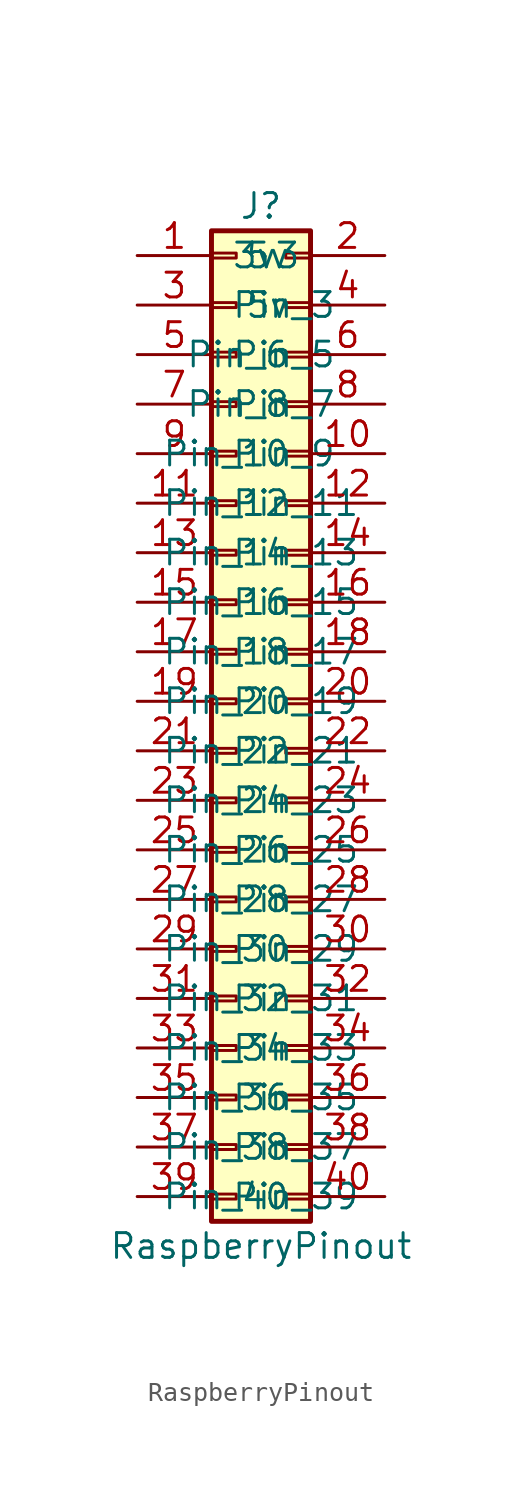
<source format=kicad_sym>
(kicad_symbol_lib
  (version 20211014)
  (generator kicad_symbol_editor)
  (symbol "RaspberryPinout"
    (pin_names
      (offset 1.016))
    (property "Reference" "J"
      (at 1.27 25.4 0)
      (effects (font (size 1.27 1.27))))
    (property "Value" "RaspberryPinout"
      (at 1.27 -27.94 0)
      (effects (font (size 1.27 1.27))))
    (symbol "RaspberryPinout_1_1"
      (rectangle (start -1.27 -25.273) (end 0 -25.527) (stroke (width 0.152) (type default) (color 0 0 0 0)) (fill (type none)))
      (rectangle (start -1.27 -22.733) (end 0 -22.987) (stroke (width 0.152) (type default) (color 0 0 0 0)) (fill (type none)))
      (rectangle (start -1.27 -20.193) (end 0 -20.447) (stroke (width 0.152) (type default) (color 0 0 0 0)) (fill (type none)))
      (rectangle (start -1.27 -17.653) (end 0 -17.907) (stroke (width 0.152) (type default) (color 0 0 0 0)) (fill (type none)))
      (rectangle (start -1.27 -15.113) (end 0 -15.367) (stroke (width 0.152) (type default) (color 0 0 0 0)) (fill (type none)))
      (rectangle (start -1.27 -12.573) (end 0 -12.827) (stroke (width 0.152) (type default) (color 0 0 0 0)) (fill (type none)))
      (rectangle (start -1.27 -10.033) (end 0 -10.287) (stroke (width 0.152) (type default) (color 0 0 0 0)) (fill (type none)))
      (rectangle (start -1.27 -7.493) (end 0 -7.747) (stroke (width 0.152) (type default) (color 0 0 0 0)) (fill (type none)))
      (rectangle (start -1.27 -4.953) (end 0 -5.207) (stroke (width 0.152) (type default) (color 0 0 0 0)) (fill (type none)))
      (rectangle (start -1.27 -2.413) (end 0 -2.667) (stroke (width 0.152) (type default) (color 0 0 0 0)) (fill (type none)))
      (rectangle (start -1.27 0.127) (end 0 -0.127) (stroke (width 0.152) (type default) (color 0 0 0 0)) (fill (type none)))
      (rectangle (start -1.27 2.667) (end 0 2.413) (stroke (width 0.152) (type default) (color 0 0 0 0)) (fill (type none)))
      (rectangle (start -1.27 5.207) (end 0 4.953) (stroke (width 0.152) (type default) (color 0 0 0 0)) (fill (type none)))
      (rectangle (start -1.27 7.747) (end 0 7.493) (stroke (width 0.152) (type default) (color 0 0 0 0)) (fill (type none)))
      (rectangle (start -1.27 10.287) (end 0 10.033) (stroke (width 0.152) (type default) (color 0 0 0 0)) (fill (type none)))
      (rectangle (start -1.27 12.827) (end 0 12.573) (stroke (width 0.152) (type default) (color 0 0 0 0)) (fill (type none)))
      (rectangle (start -1.27 15.367) (end 0 15.113) (stroke (width 0.152) (type default) (color 0 0 0 0)) (fill (type none)))
      (rectangle (start -1.27 17.907) (end 0 17.653) (stroke (width 0.152) (type default) (color 0 0 0 0)) (fill (type none)))
      (rectangle (start -1.27 20.447) (end 0 20.193) (stroke (width 0.152) (type default) (color 0 0 0 0)) (fill (type none)))
      (rectangle (start -1.27 22.987) (end 0 22.733) (stroke (width 0.152) (type default) (color 0 0 0 0)) (fill (type none)))
      (rectangle (start -1.27 24.13) (end 3.81 -26.67) (stroke (width 0.254) (type default) (color 0 0 0 0)) (fill (type background)))
      (rectangle (start 3.81 -25.273) (end 2.54 -25.527) (stroke (width 0.152) (type default) (color 0 0 0 0)) (fill (type none)))
      (rectangle (start 3.81 -22.733) (end 2.54 -22.987) (stroke (width 0.152) (type default) (color 0 0 0 0)) (fill (type none)))
      (rectangle (start 3.81 -20.193) (end 2.54 -20.447) (stroke (width 0.152) (type default) (color 0 0 0 0)) (fill (type none)))
      (rectangle (start 3.81 -17.653) (end 2.54 -17.907) (stroke (width 0.152) (type default) (color 0 0 0 0)) (fill (type none)))
      (rectangle (start 3.81 -15.113) (end 2.54 -15.367) (stroke (width 0.152) (type default) (color 0 0 0 0)) (fill (type none)))
      (rectangle (start 3.81 -12.573) (end 2.54 -12.827) (stroke (width 0.152) (type default) (color 0 0 0 0)) (fill (type none)))
      (rectangle (start 3.81 -10.033) (end 2.54 -10.287) (stroke (width 0.152) (type default) (color 0 0 0 0)) (fill (type none)))
      (rectangle (start 3.81 -7.493) (end 2.54 -7.747) (stroke (width 0.152) (type default) (color 0 0 0 0)) (fill (type none)))
      (rectangle (start 3.81 -4.953) (end 2.54 -5.207) (stroke (width 0.152) (type default) (color 0 0 0 0)) (fill (type none)))
      (rectangle (start 3.81 -2.413) (end 2.54 -2.667) (stroke (width 0.152) (type default) (color 0 0 0 0)) (fill (type none)))
      (rectangle (start 3.81 0.127) (end 2.54 -0.127) (stroke (width 0.152) (type default) (color 0 0 0 0)) (fill (type none)))
      (rectangle (start 3.81 2.667) (end 2.54 2.413) (stroke (width 0.152) (type default) (color 0 0 0 0)) (fill (type none)))
      (rectangle (start 3.81 5.207) (end 2.54 4.953) (stroke (width 0.152) (type default) (color 0 0 0 0)) (fill (type none)))
      (rectangle (start 3.81 7.747) (end 2.54 7.493) (stroke (width 0.152) (type default) (color 0 0 0 0)) (fill (type none)))
      (rectangle (start 3.81 10.287) (end 2.54 10.033) (stroke (width 0.152) (type default) (color 0 0 0 0)) (fill (type none)))
      (rectangle (start 3.81 12.827) (end 2.54 12.573) (stroke (width 0.152) (type default) (color 0 0 0 0)) (fill (type none)))
      (rectangle (start 3.81 15.367) (end 2.54 15.113) (stroke (width 0.152) (type default) (color 0 0 0 0)) (fill (type none)))
      (rectangle (start 3.81 17.907) (end 2.54 17.653) (stroke (width 0.152) (type default) (color 0 0 0 0)) (fill (type none)))
      (rectangle (start 3.81 20.447) (end 2.54 20.193) (stroke (width 0.152) (type default) (color 0 0 0 0)) (fill (type none)))
      (rectangle (start 3.81 22.987) (end 2.54 22.733) (stroke (width 0.152) (type default) (color 0 0 0 0)) (fill (type none)))
      (pin passive line (at -5.08 22.86 0) (length 3.81) (name "3v3" (effects (font (size 1.27 1.27)))) (number "1" (effects (font (size 1.27 1.27)))))
      (pin passive line (at 7.62 12.7 180) (length 3.81) (name "Pin_10" (effects (font (size 1.27 1.27)))) (number "10" (effects (font (size 1.27 1.27)))))
      (pin passive line (at -5.08 10.16 0) (length 3.81) (name "Pin_11" (effects (font (size 1.27 1.27)))) (number "11" (effects (font (size 1.27 1.27)))))
      (pin passive line (at 7.62 10.16 180) (length 3.81) (name "Pin_12" (effects (font (size 1.27 1.27)))) (number "12" (effects (font (size 1.27 1.27)))))
      (pin passive line (at -5.08 7.62 0) (length 3.81) (name "Pin_13" (effects (font (size 1.27 1.27)))) (number "13" (effects (font (size 1.27 1.27)))))
      (pin passive line (at 7.62 7.62 180) (length 3.81) (name "Pin_14" (effects (font (size 1.27 1.27)))) (number "14" (effects (font (size 1.27 1.27)))))
      (pin passive line (at -5.08 5.08 0) (length 3.81) (name "Pin_15" (effects (font (size 1.27 1.27)))) (number "15" (effects (font (size 1.27 1.27)))))
      (pin passive line (at 7.62 5.08 180) (length 3.81) (name "Pin_16" (effects (font (size 1.27 1.27)))) (number "16" (effects (font (size 1.27 1.27)))))
      (pin passive line (at -5.08 2.54 0) (length 3.81) (name "Pin_17" (effects (font (size 1.27 1.27)))) (number "17" (effects (font (size 1.27 1.27)))))
      (pin passive line (at 7.62 2.54 180) (length 3.81) (name "Pin_18" (effects (font (size 1.27 1.27)))) (number "18" (effects (font (size 1.27 1.27)))))
      (pin passive line (at -5.08 0 0) (length 3.81) (name "Pin_19" (effects (font (size 1.27 1.27)))) (number "19" (effects (font (size 1.27 1.27)))))
      (pin passive line (at 7.62 22.86 180) (length 3.81) (name "5v" (effects (font (size 1.27 1.27)))) (number "2" (effects (font (size 1.27 1.27)))))
      (pin passive line (at 7.62 0 180) (length 3.81) (name "Pin_20" (effects (font (size 1.27 1.27)))) (number "20" (effects (font (size 1.27 1.27)))))
      (pin passive line (at -5.08 -2.54 0) (length 3.81) (name "Pin_21" (effects (font (size 1.27 1.27)))) (number "21" (effects (font (size 1.27 1.27)))))
      (pin passive line (at 7.62 -2.54 180) (length 3.81) (name "Pin_22" (effects (font (size 1.27 1.27)))) (number "22" (effects (font (size 1.27 1.27)))))
      (pin passive line (at -5.08 -5.08 0) (length 3.81) (name "Pin_23" (effects (font (size 1.27 1.27)))) (number "23" (effects (font (size 1.27 1.27)))))
      (pin passive line (at 7.62 -5.08 180) (length 3.81) (name "Pin_24" (effects (font (size 1.27 1.27)))) (number "24" (effects (font (size 1.27 1.27)))))
      (pin passive line (at -5.08 -7.62 0) (length 3.81) (name "Pin_25" (effects (font (size 1.27 1.27)))) (number "25" (effects (font (size 1.27 1.27)))))
      (pin passive line (at 7.62 -7.62 180) (length 3.81) (name "Pin_26" (effects (font (size 1.27 1.27)))) (number "26" (effects (font (size 1.27 1.27)))))
      (pin passive line (at -5.08 -10.16 0) (length 3.81) (name "Pin_27" (effects (font (size 1.27 1.27)))) (number "27" (effects (font (size 1.27 1.27)))))
      (pin passive line (at 7.62 -10.16 180) (length 3.81) (name "Pin_28" (effects (font (size 1.27 1.27)))) (number "28" (effects (font (size 1.27 1.27)))))
      (pin passive line (at -5.08 -12.7 0) (length 3.81) (name "Pin_29" (effects (font (size 1.27 1.27)))) (number "29" (effects (font (size 1.27 1.27)))))
      (pin passive line (at -5.08 20.32 0) (length 3.81) (name "Pin_3" (effects (font (size 1.27 1.27)))) (number "3" (effects (font (size 1.27 1.27)))))
      (pin passive line (at 7.62 -12.7 180) (length 3.81) (name "Pin_30" (effects (font (size 1.27 1.27)))) (number "30" (effects (font (size 1.27 1.27)))))
      (pin passive line (at -5.08 -15.24 0) (length 3.81) (name "Pin_31" (effects (font (size 1.27 1.27)))) (number "31" (effects (font (size 1.27 1.27)))))
      (pin passive line (at 7.62 -15.24 180) (length 3.81) (name "Pin_32" (effects (font (size 1.27 1.27)))) (number "32" (effects (font (size 1.27 1.27)))))
      (pin passive line (at -5.08 -17.78 0) (length 3.81) (name "Pin_33" (effects (font (size 1.27 1.27)))) (number "33" (effects (font (size 1.27 1.27)))))
      (pin passive line (at 7.62 -17.78 180) (length 3.81) (name "Pin_34" (effects (font (size 1.27 1.27)))) (number "34" (effects (font (size 1.27 1.27)))))
      (pin passive line (at -5.08 -20.32 0) (length 3.81) (name "Pin_35" (effects (font (size 1.27 1.27)))) (number "35" (effects (font (size 1.27 1.27)))))
      (pin passive line (at 7.62 -20.32 180) (length 3.81) (name "Pin_36" (effects (font (size 1.27 1.27)))) (number "36" (effects (font (size 1.27 1.27)))))
      (pin passive line (at -5.08 -22.86 0) (length 3.81) (name "Pin_37" (effects (font (size 1.27 1.27)))) (number "37" (effects (font (size 1.27 1.27)))))
      (pin passive line (at 7.62 -22.86 180) (length 3.81) (name "Pin_38" (effects (font (size 1.27 1.27)))) (number "38" (effects (font (size 1.27 1.27)))))
      (pin passive line (at -5.08 -25.4 0) (length 3.81) (name "Pin_39" (effects (font (size 1.27 1.27)))) (number "39" (effects (font (size 1.27 1.27)))))
      (pin passive line (at 7.62 20.32 180) (length 3.81) (name "5v" (effects (font (size 1.27 1.27)))) (number "4" (effects (font (size 1.27 1.27)))))
      (pin passive line (at 7.62 -25.4 180) (length 3.81) (name "Pin_40" (effects (font (size 1.27 1.27)))) (number "40" (effects (font (size 1.27 1.27)))))
      (pin passive line (at -5.08 17.78 0) (length 3.81) (name "Pin_5" (effects (font (size 1.27 1.27)))) (number "5" (effects (font (size 1.27 1.27)))))
      (pin passive line (at 7.62 17.78 180) (length 3.81) (name "Pin_6" (effects (font (size 1.27 1.27)))) (number "6" (effects (font (size 1.27 1.27)))))
      (pin passive line (at -5.08 15.24 0) (length 3.81) (name "Pin_7" (effects (font (size 1.27 1.27)))) (number "7" (effects (font (size 1.27 1.27)))))
      (pin passive line (at 7.62 15.24 180) (length 3.81) (name "Pin_8" (effects (font (size 1.27 1.27)))) (number "8" (effects (font (size 1.27 1.27)))))
      (pin passive line (at -5.08 12.7 0) (length 3.81) (name "Pin_9" (effects (font (size 1.27 1.27)))) (number "9" (effects (font (size 1.27 1.27))))))))
</source>
